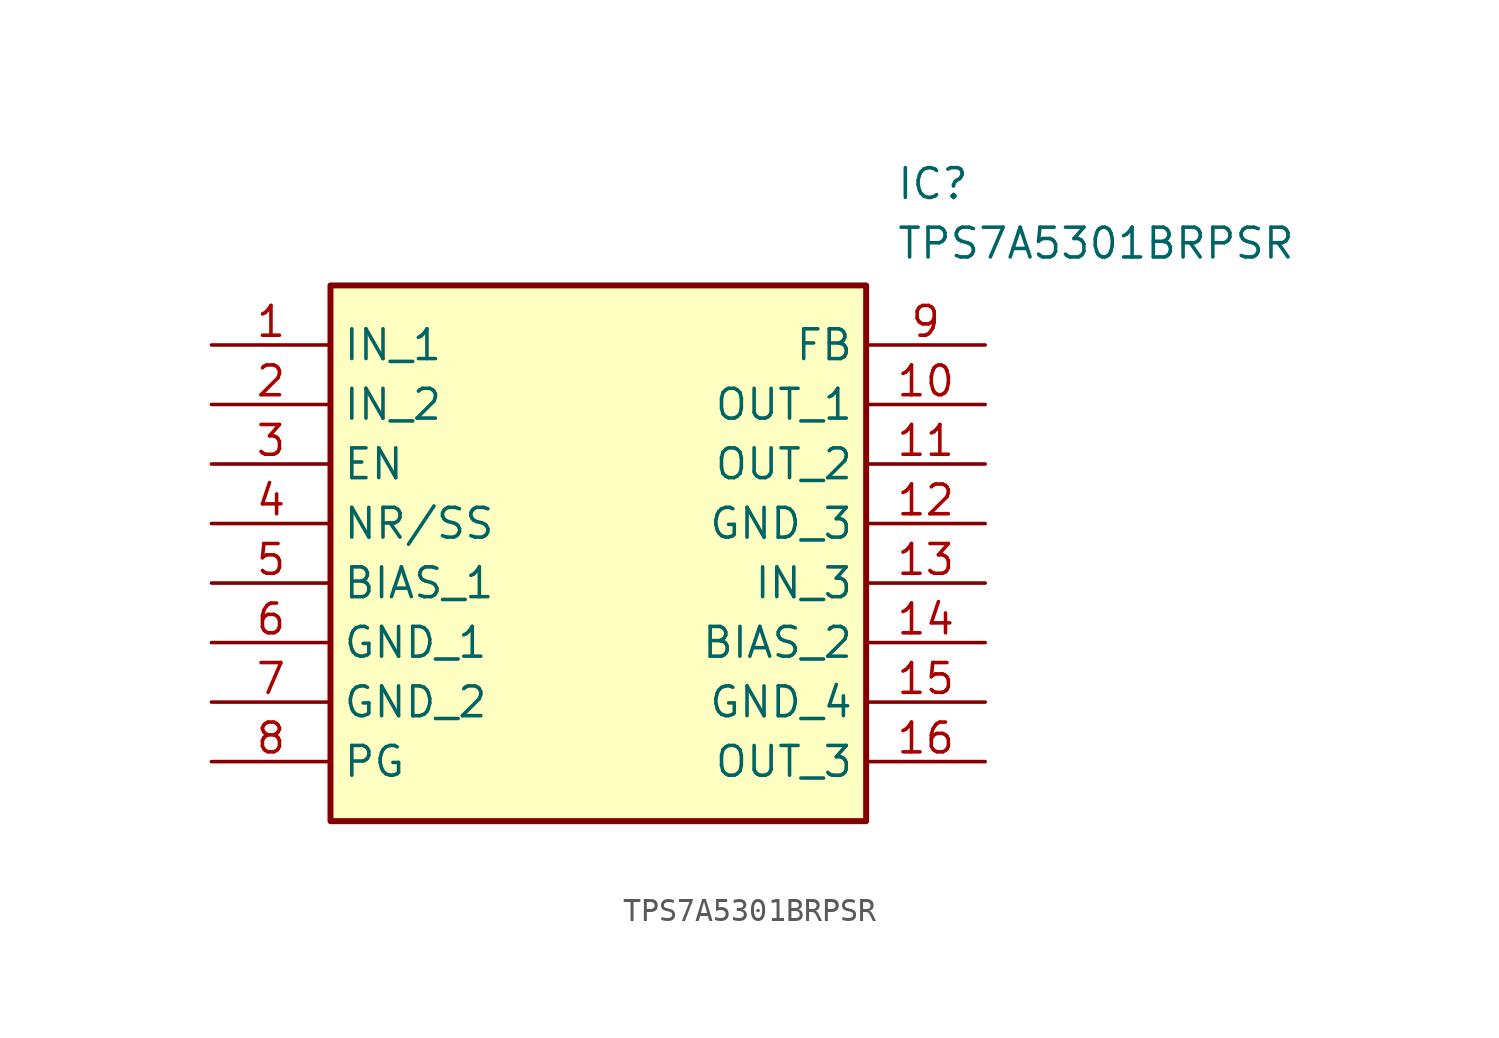
<source format=kicad_sym>
(kicad_symbol_lib
  (version 20241209)
  (generator "kicad_symbol_editor")
  (generator_version "9.0")
  (symbol "TPS7A5301BRPSR"
    (property "Reference" "IC"
      (at 29.21 7.62 0)
      (effects (font (size 1.27 1.27)) (justify left top)))
    (property "Value" "TPS7A5301BRPSR"
      (at 29.21 5.08 0)
      (effects (font (size 1.27 1.27)) (justify left top)))
    (symbol "TPS7A5301BRPSR_1_1"
      (rectangle (start 5.08 2.54) (end 27.94 -20.32) (stroke (width 0.254) (type default)) (fill (type background)))
      (pin passive line (at 0 0 0) (length 5.08) (name "IN_1" (effects (font (size 1.27 1.27)))) (number "1" (effects (font (size 1.27 1.27)))))
      (pin passive line (at 0 -2.54 0) (length 5.08) (name "IN_2" (effects (font (size 1.27 1.27)))) (number "2" (effects (font (size 1.27 1.27)))))
      (pin passive line (at 0 -5.08 0) (length 5.08) (name "EN" (effects (font (size 1.27 1.27)))) (number "3" (effects (font (size 1.27 1.27)))))
      (pin passive line (at 0 -7.62 0) (length 5.08) (name "NR/SS" (effects (font (size 1.27 1.27)))) (number "4" (effects (font (size 1.27 1.27)))))
      (pin passive line (at 0 -10.16 0) (length 5.08) (name "BIAS_1" (effects (font (size 1.27 1.27)))) (number "5" (effects (font (size 1.27 1.27)))))
      (pin passive line (at 0 -12.7 0) (length 5.08) (name "GND_1" (effects (font (size 1.27 1.27)))) (number "6" (effects (font (size 1.27 1.27)))))
      (pin passive line (at 0 -15.24 0) (length 5.08) (name "GND_2" (effects (font (size 1.27 1.27)))) (number "7" (effects (font (size 1.27 1.27)))))
      (pin passive line (at 0 -17.78 0) (length 5.08) (name "PG" (effects (font (size 1.27 1.27)))) (number "8" (effects (font (size 1.27 1.27)))))
      (pin passive line (at 33.02 0 180) (length 5.08) (name "FB" (effects (font (size 1.27 1.27)))) (number "9" (effects (font (size 1.27 1.27)))))
      (pin passive line (at 33.02 -2.54 180) (length 5.08) (name "OUT_1" (effects (font (size 1.27 1.27)))) (number "10" (effects (font (size 1.27 1.27)))))
      (pin passive line (at 33.02 -5.08 180) (length 5.08) (name "OUT_2" (effects (font (size 1.27 1.27)))) (number "11" (effects (font (size 1.27 1.27)))))
      (pin passive line (at 33.02 -7.62 180) (length 5.08) (name "GND_3" (effects (font (size 1.27 1.27)))) (number "12" (effects (font (size 1.27 1.27)))))
      (pin passive line (at 33.02 -10.16 180) (length 5.08) (name "IN_3" (effects (font (size 1.27 1.27)))) (number "13" (effects (font (size 1.27 1.27)))))
      (pin passive line (at 33.02 -12.7 180) (length 5.08) (name "BIAS_2" (effects (font (size 1.27 1.27)))) (number "14" (effects (font (size 1.27 1.27)))))
      (pin passive line (at 33.02 -15.24 180) (length 5.08) (name "GND_4" (effects (font (size 1.27 1.27)))) (number "15" (effects (font (size 1.27 1.27)))))
      (pin passive line (at 33.02 -17.78 180) (length 5.08) (name "OUT_3" (effects (font (size 1.27 1.27)))) (number "16" (effects (font (size 1.27 1.27))))))))
</source>
